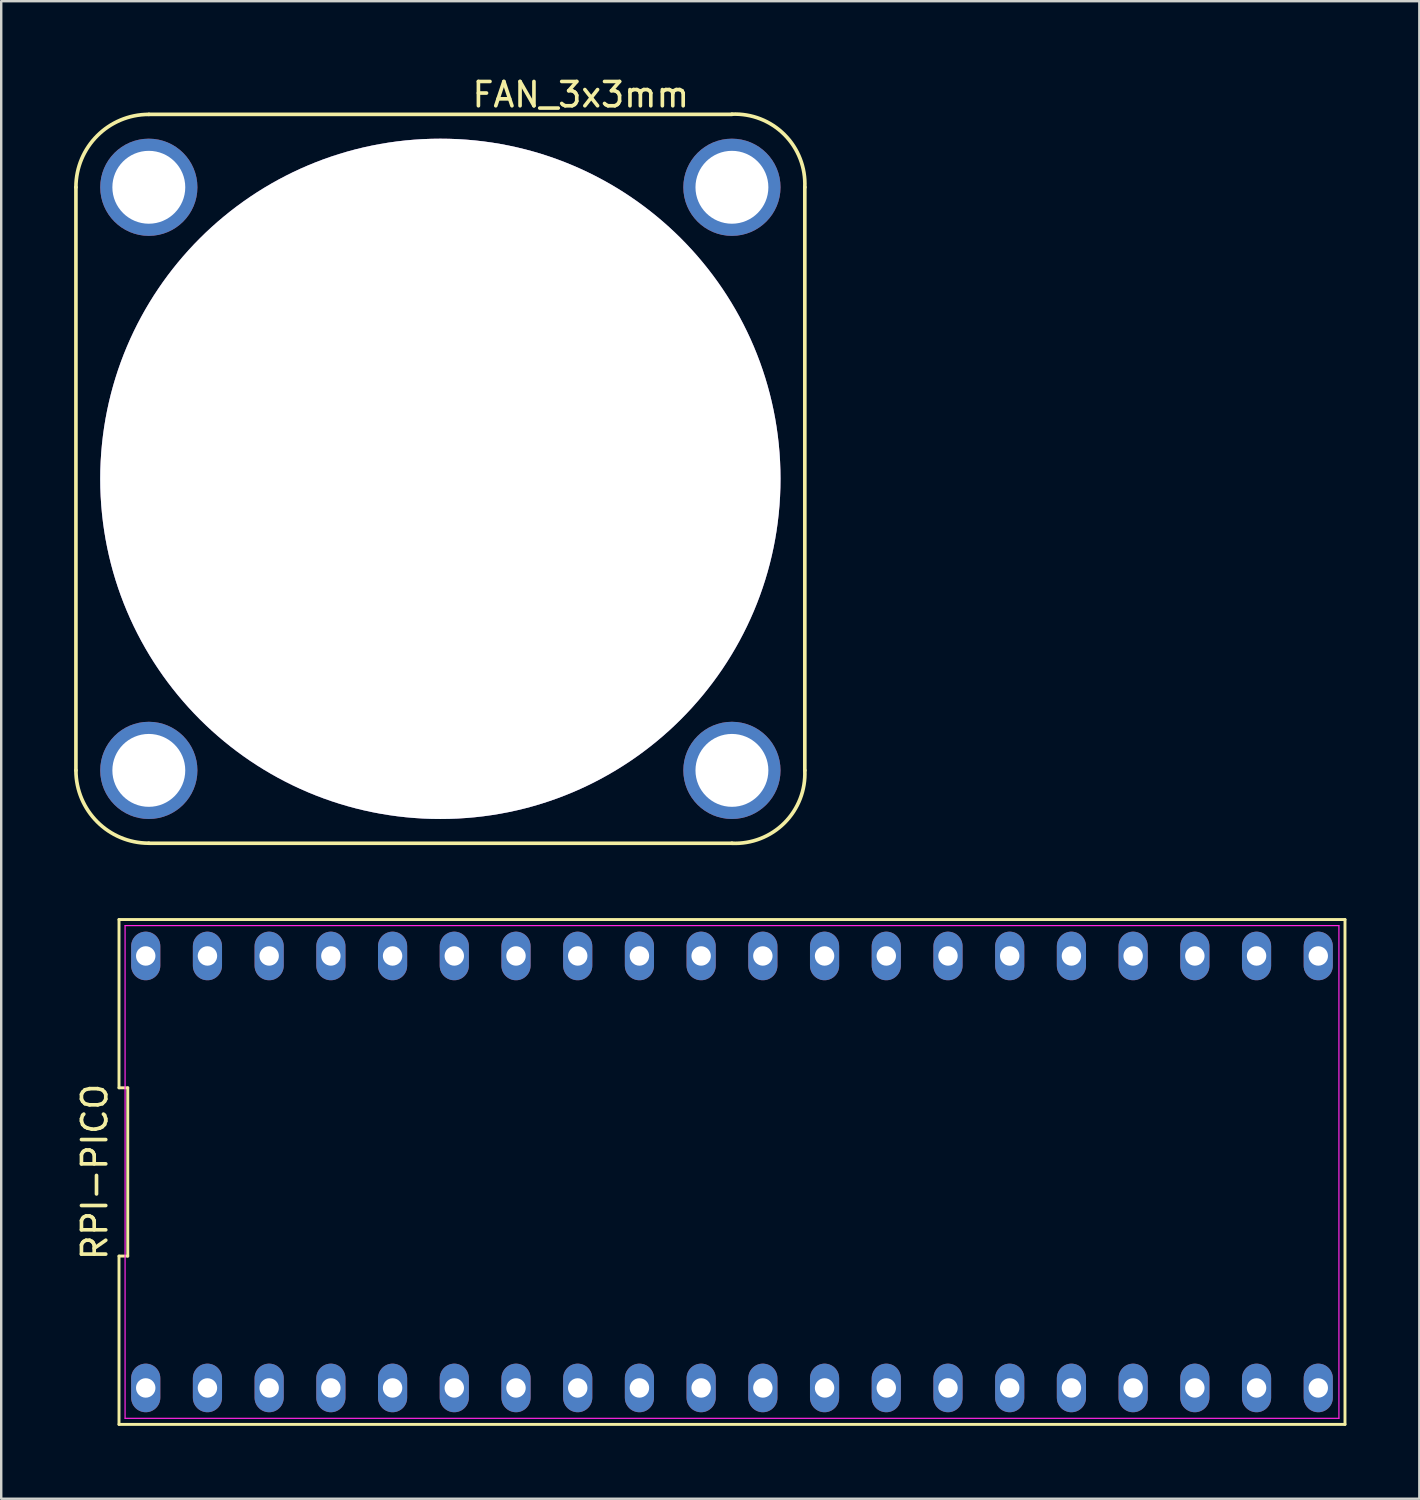
<source format=kicad_pcb>
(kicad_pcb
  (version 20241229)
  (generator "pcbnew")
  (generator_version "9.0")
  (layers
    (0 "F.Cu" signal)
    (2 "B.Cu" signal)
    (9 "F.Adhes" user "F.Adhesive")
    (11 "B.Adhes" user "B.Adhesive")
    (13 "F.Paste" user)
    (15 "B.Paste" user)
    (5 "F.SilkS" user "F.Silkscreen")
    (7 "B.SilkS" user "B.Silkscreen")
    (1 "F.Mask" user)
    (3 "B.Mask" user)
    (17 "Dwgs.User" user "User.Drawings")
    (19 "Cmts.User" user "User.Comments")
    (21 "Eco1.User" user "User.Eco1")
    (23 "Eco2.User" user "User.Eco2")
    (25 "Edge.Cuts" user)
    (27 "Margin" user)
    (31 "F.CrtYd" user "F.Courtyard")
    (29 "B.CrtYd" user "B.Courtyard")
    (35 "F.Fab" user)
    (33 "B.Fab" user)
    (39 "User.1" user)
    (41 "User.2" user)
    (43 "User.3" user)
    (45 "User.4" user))
  (footprint "RPI-PICO"
    (layer "F.Cu")
    (at 27.078 45.186)
    (property "Reference" "RPI-PICO" (at -26.23 0 90) (layer "F.SilkS") (effects (font (size 1 1) (thickness 0.15))))
    (attr through_hole)
    (fp_line (start -25.23 -10.39) (end -25.23 -3.463) (stroke (width 0.12) (type solid)) (layer "F.SilkS"))
    (fp_line (start -25.23 -3.463) (end -24.87 -3.463) (stroke (width 0.12) (type solid)) (layer "F.SilkS"))
    (fp_line (start -25.23 3.463) (end -25.23 10.39) (stroke (width 0.12) (type solid)) (layer "F.SilkS"))
    (fp_line (start -25.23 10.39) (end 25.23 10.39) (stroke (width 0.12) (type solid)) (layer "F.SilkS"))
    (fp_line (start -24.87 -3.463) (end -24.87 3.463) (stroke (width 0.12) (type solid)) (layer "F.SilkS"))
    (fp_line (start -24.87 3.463) (end -25.23 3.463) (stroke (width 0.12) (type solid)) (layer "F.SilkS"))
    (fp_line (start 25.23 -10.39) (end -25.23 -10.39) (stroke (width 0.12) (type solid)) (layer "F.SilkS"))
    (fp_line (start 25.23 10.39) (end 25.23 -10.39) (stroke (width 0.12) (type solid)) (layer "F.SilkS"))
    (fp_line (start -24.98 -10.14) (end 24.98 -10.14) (stroke (width 0.05) (type solid)) (layer "F.CrtYd"))
    (fp_line (start -24.98 10.14) (end -24.98 -10.14) (stroke (width 0.05) (type solid)) (layer "F.CrtYd"))
    (fp_line (start 24.98 -10.14) (end 24.98 10.14) (stroke (width 0.05) (type solid)) (layer "F.CrtYd"))
    (fp_line (start 24.98 10.14) (end -24.98 10.14) (stroke (width 0.05) (type solid)) (layer "F.CrtYd"))
    (pad "1" thru_hole oval (at -24.13 8.89) (size 1.2 2) (drill 0.8) (layers "*.Cu" "*.Mask"))
    (pad "2" thru_hole oval (at -21.59 8.89) (size 1.2 2) (drill 0.8) (layers "*.Cu" "*.Mask"))
    (pad "3" thru_hole oval (at -19.05 8.89) (size 1.2 2) (drill 0.8) (layers "*.Cu" "*.Mask"))
    (pad "4" thru_hole oval (at -16.51 8.89) (size 1.2 2) (drill 0.8) (layers "*.Cu" "*.Mask"))
    (pad "5" thru_hole oval (at -13.97 8.89) (size 1.2 2) (drill 0.8) (layers "*.Cu" "*.Mask"))
    (pad "6" thru_hole oval (at -11.43 8.89) (size 1.2 2) (drill 0.8) (layers "*.Cu" "*.Mask"))
    (pad "7" thru_hole oval (at -8.89 8.89) (size 1.2 2) (drill 0.8) (layers "*.Cu" "*.Mask"))
    (pad "8" thru_hole oval (at -6.35 8.89) (size 1.2 2) (drill 0.8) (layers "*.Cu" "*.Mask"))
    (pad "9" thru_hole oval (at -3.81 8.89) (size 1.2 2) (drill 0.8) (layers "*.Cu" "*.Mask"))
    (pad "10" thru_hole oval (at -1.27 8.89) (size 1.2 2) (drill 0.8) (layers "*.Cu" "*.Mask"))
    (pad "11" thru_hole oval (at 1.27 8.89) (size 1.2 2) (drill 0.8) (layers "*.Cu" "*.Mask"))
    (pad "12" thru_hole oval (at 3.81 8.89) (size 1.2 2) (drill 0.8) (layers "*.Cu" "*.Mask"))
    (pad "13" thru_hole oval (at 6.35 8.89) (size 1.2 2) (drill 0.8) (layers "*.Cu" "*.Mask"))
    (pad "14" thru_hole oval (at 8.89 8.89) (size 1.2 2) (drill 0.8) (layers "*.Cu" "*.Mask"))
    (pad "15" thru_hole oval (at 11.43 8.89) (size 1.2 2) (drill 0.8) (layers "*.Cu" "*.Mask"))
    (pad "16" thru_hole oval (at 13.97 8.89) (size 1.2 2) (drill 0.8) (layers "*.Cu" "*.Mask"))
    (pad "17" thru_hole oval (at 16.51 8.89) (size 1.2 2) (drill 0.8) (layers "*.Cu" "*.Mask"))
    (pad "18" thru_hole oval (at 19.05 8.89) (size 1.2 2) (drill 0.8) (layers "*.Cu" "*.Mask"))
    (pad "19" thru_hole oval (at 21.59 8.89) (size 1.2 2) (drill 0.8) (layers "*.Cu" "*.Mask"))
    (pad "20" thru_hole oval (at 24.13 8.89) (size 1.2 2) (drill 0.8) (layers "*.Cu" "*.Mask"))
    (pad "21" thru_hole oval (at 24.13 -8.89) (size 1.2 2) (drill 0.8) (layers "*.Cu" "*.Mask"))
    (pad "22" thru_hole oval (at 21.59 -8.89) (size 1.2 2) (drill 0.8) (layers "*.Cu" "*.Mask"))
    (pad "23" thru_hole oval (at 19.05 -8.89) (size 1.2 2) (drill 0.8) (layers "*.Cu" "*.Mask"))
    (pad "24" thru_hole oval (at 16.51 -8.89) (size 1.2 2) (drill 0.8) (layers "*.Cu" "*.Mask"))
    (pad "25" thru_hole oval (at 13.97 -8.89) (size 1.2 2) (drill 0.8) (layers "*.Cu" "*.Mask"))
    (pad "26" thru_hole oval (at 11.43 -8.89) (size 1.2 2) (drill 0.8) (layers "*.Cu" "*.Mask"))
    (pad "27" thru_hole oval (at 8.89 -8.89) (size 1.2 2) (drill 0.8) (layers "*.Cu" "*.Mask"))
    (pad "28" thru_hole oval (at 6.35 -8.89) (size 1.2 2) (drill 0.8) (layers "*.Cu" "*.Mask"))
    (pad "29" thru_hole oval (at 3.81 -8.89) (size 1.2 2) (drill 0.8) (layers "*.Cu" "*.Mask"))
    (pad "30" thru_hole oval (at 1.27 -8.89) (size 1.2 2) (drill 0.8) (layers "*.Cu" "*.Mask"))
    (pad "31" thru_hole oval (at -1.27 -8.89) (size 1.2 2) (drill 0.8) (layers "*.Cu" "*.Mask"))
    (pad "32" thru_hole oval (at -3.81 -8.89) (size 1.2 2) (drill 0.8) (layers "*.Cu" "*.Mask"))
    (pad "33" thru_hole oval (at -6.35 -8.89) (size 1.2 2) (drill 0.8) (layers "*.Cu" "*.Mask"))
    (pad "34" thru_hole oval (at -8.89 -8.89) (size 1.2 2) (drill 0.8) (layers "*.Cu" "*.Mask"))
    (pad "35" thru_hole oval (at -11.43 -8.89) (size 1.2 2) (drill 0.8) (layers "*.Cu" "*.Mask"))
    (pad "36" thru_hole oval (at -13.97 -8.89) (size 1.2 2) (drill 0.8) (layers "*.Cu" "*.Mask"))
    (pad "37" thru_hole oval (at -16.51 -8.89) (size 1.2 2) (drill 0.8) (layers "*.Cu" "*.Mask"))
    (pad "38" thru_hole oval (at -19.05 -8.89) (size 1.2 2) (drill 0.8) (layers "*.Cu" "*.Mask"))
    (pad "39" thru_hole oval (at -21.59 -8.89) (size 1.2 2) (drill 0.8) (layers "*.Cu" "*.Mask"))
    (pad "40" thru_hole oval (at -24.13 -8.89) (size 1.2 2) (drill 0.8) (layers "*.Cu" "*.Mask")))
  (footprint "FAN_3x3mm"
    (layer "F.Cu")
    (at 3.075 4.658)
    (property "Reference" "FAN_3x3mm" (at 17.78 -3.81 0) (layer "F.SilkS") (effects (font (size 1 1) (thickness 0.15))))
    (attr through_hole)
    (fp_line (start -3 0) (end -3 24) (stroke (width 0.15) (type solid)) (layer "F.SilkS"))
    (fp_line (start 0 -3) (end 24 -3) (stroke (width 0.15) (type solid)) (layer "F.SilkS"))
    (fp_line (start 0 27) (end 24 27) (stroke (width 0.15) (type solid)) (layer "F.SilkS"))
    (fp_line (start 27 0) (end 27 24) (stroke (width 0.15) (type solid)) (layer "F.SilkS"))
    (fp_arc (start -3 0) (mid -2.12132 -2.12132) (end 0 -3) (stroke (width 0.15) (type solid)) (layer "F.SilkS"))
    (fp_arc (start -0.002422 26.997186) (mid -2.121182 26.118646) (end -3 24) (stroke (width 0.15) (type solid)) (layer "F.SilkS"))
    (fp_arc (start 24.000778 -3.008852) (mid 26.163136 -2.165052) (end 27 0) (stroke (width 0.15) (type solid)) (layer "F.SilkS"))
    (fp_arc (start 26.999969 23.999349) (mid 26.161707 26.161246) (end 24.000001 26.999999) (stroke (width 0.15) (type solid)) (layer "F.SilkS"))
    (pad "1" thru_hole circle (at 0 0) (size 4 4) (drill 3) (layers "*.Cu" "*.Mask"))
    (pad "2" thru_hole circle (at 24 0) (size 4 4) (drill 3) (layers "*.Cu" "*.Mask"))
    (pad "3" thru_hole circle (at 24 24) (size 4 4) (drill 3) (layers "*.Cu" "*.Mask"))
    (pad "4" thru_hole circle (at 0 24) (size 4 4) (drill 3) (layers "*.Cu" "*.Mask"))
    (pad "5" thru_hole circle (at 12 12) (size 28 28) (drill 28) (layers "*.Cu" "*.Mask")))
  (gr_rect
    (start -3 -3)
    (end 55.368 58.636)
    (stroke (width 0.1) (type default))
    (fill no)
    (layer "Edge.Cuts")))
</source>
